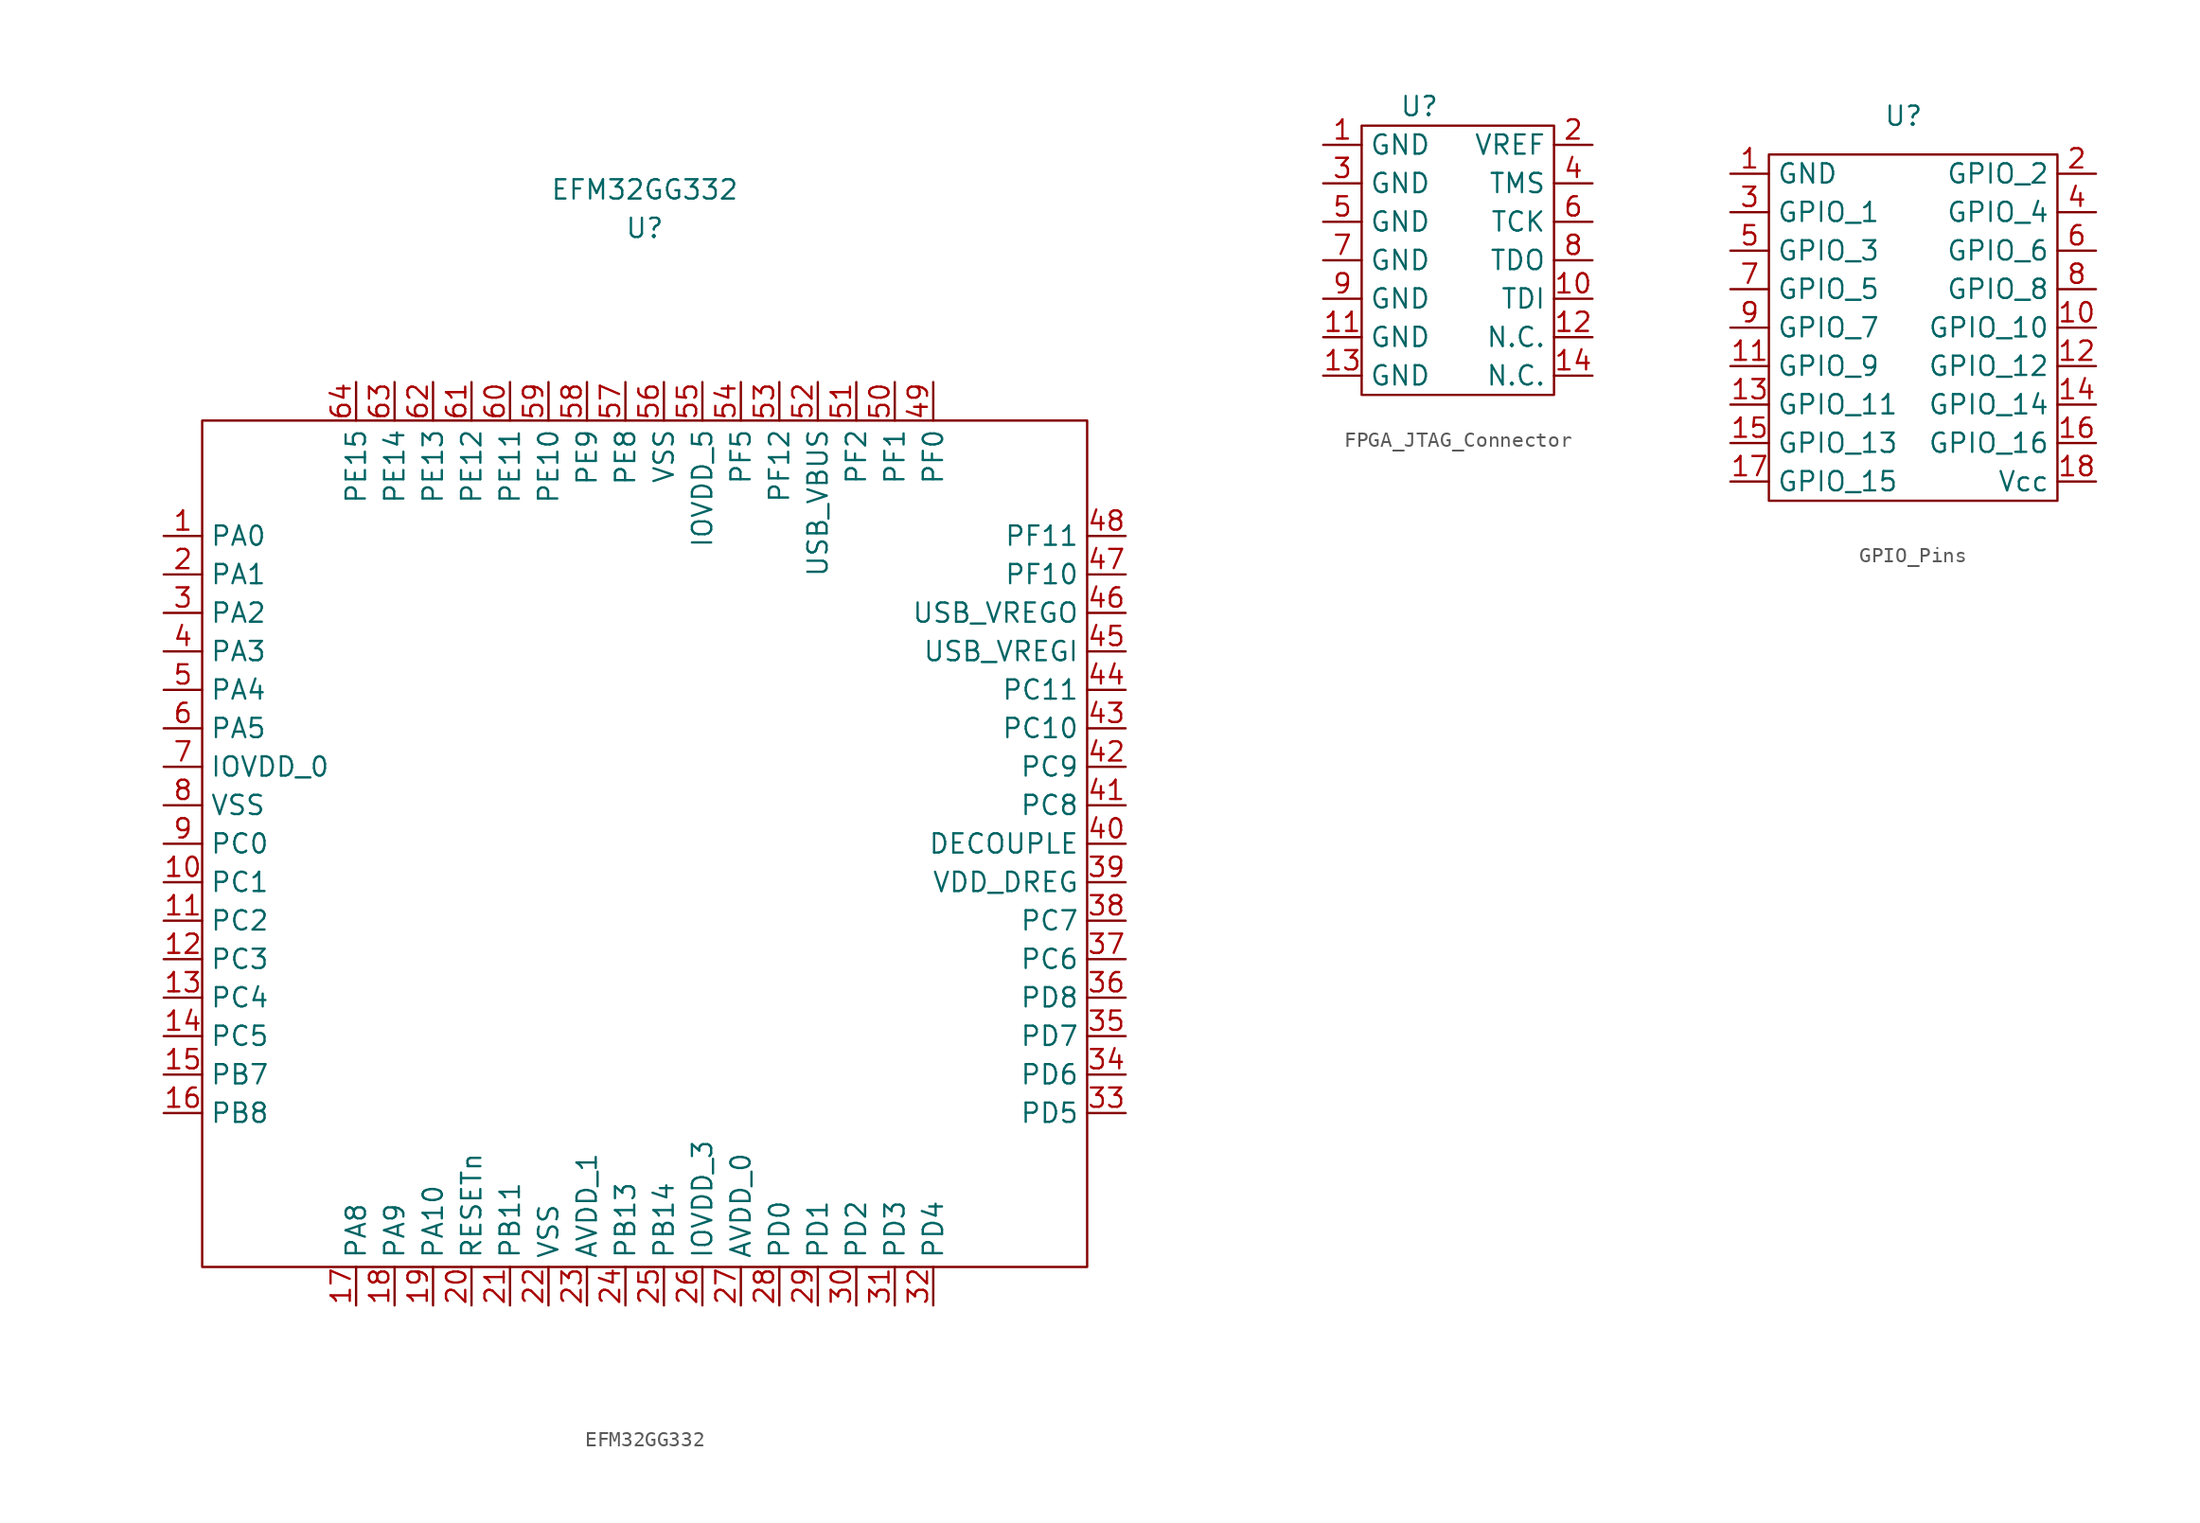
<source format=kicad_sym>
(kicad_symbol_lib
  (version 20220914)
  (generator kicad_symbol_editor)
  (symbol "EFM32GG332"
    (property "Reference" "U"
      (at 0 39.37 0)
      (effects (font (size 1.27 1.27))))
    (property "Value" "EFM32GG332"
      (at 0 41.91 0)
      (effects (font (size 1.27 1.27))))
    (symbol "EFM32GG332_0_1"
      (rectangle (start -29.21 26.67) (end 29.21 -29.21) (stroke (width 0) (type default)) (fill (type none))))
    (symbol "EFM32GG332_1_1"
      (pin bidirectional line (at -31.75 19.05 0) (length 2.54) (name "PA0" (effects (font (size 1.27 1.27)))) (number "1" (effects (font (size 1.27 1.27)))))
      (pin bidirectional line (at -31.75 -3.81 0) (length 2.54) (name "PC1" (effects (font (size 1.27 1.27)))) (number "10" (effects (font (size 1.27 1.27)))))
      (pin bidirectional line (at -31.75 -6.35 0) (length 2.54) (name "PC2" (effects (font (size 1.27 1.27)))) (number "11" (effects (font (size 1.27 1.27)))))
      (pin bidirectional line (at -31.75 -8.89 0) (length 2.54) (name "PC3" (effects (font (size 1.27 1.27)))) (number "12" (effects (font (size 1.27 1.27)))))
      (pin bidirectional line (at -31.75 -11.43 0) (length 2.54) (name "PC4" (effects (font (size 1.27 1.27)))) (number "13" (effects (font (size 1.27 1.27)))))
      (pin bidirectional line (at -31.75 -13.97 0) (length 2.54) (name "PC5" (effects (font (size 1.27 1.27)))) (number "14" (effects (font (size 1.27 1.27)))))
      (pin bidirectional line (at -31.75 -16.51 0) (length 2.54) (name "PB7" (effects (font (size 1.27 1.27)))) (number "15" (effects (font (size 1.27 1.27)))))
      (pin bidirectional line (at -31.75 -19.05 0) (length 2.54) (name "PB8" (effects (font (size 1.27 1.27)))) (number "16" (effects (font (size 1.27 1.27)))))
      (pin bidirectional line (at -19.05 -31.75 90) (length 2.54) (name "PA8" (effects (font (size 1.27 1.27)))) (number "17" (effects (font (size 1.27 1.27)))))
      (pin bidirectional line (at -16.51 -31.75 90) (length 2.54) (name "PA9" (effects (font (size 1.27 1.27)))) (number "18" (effects (font (size 1.27 1.27)))))
      (pin bidirectional line (at -13.97 -31.75 90) (length 2.54) (name "PA10" (effects (font (size 1.27 1.27)))) (number "19" (effects (font (size 1.27 1.27)))))
      (pin bidirectional line (at -31.75 16.51 0) (length 2.54) (name "PA1" (effects (font (size 1.27 1.27)))) (number "2" (effects (font (size 1.27 1.27)))))
      (pin input line (at -11.43 -31.75 90) (length 2.54) (name "RESETn" (effects (font (size 1.27 1.27)))) (number "20" (effects (font (size 1.27 1.27)))))
      (pin bidirectional line (at -8.89 -31.75 90) (length 2.54) (name "PB11" (effects (font (size 1.27 1.27)))) (number "21" (effects (font (size 1.27 1.27)))))
      (pin passive line (at -6.35 -31.75 90) (length 2.54) (name "VSS" (effects (font (size 1.27 1.27)))) (number "22" (effects (font (size 1.27 1.27)))))
      (pin power_in line (at -3.81 -31.75 90) (length 2.54) (name "AVDD_1" (effects (font (size 1.27 1.27)))) (number "23" (effects (font (size 1.27 1.27)))))
      (pin bidirectional line (at -1.27 -31.75 90) (length 2.54) (name "PB13" (effects (font (size 1.27 1.27)))) (number "24" (effects (font (size 1.27 1.27)))))
      (pin bidirectional line (at 1.27 -31.75 90) (length 2.54) (name "PB14" (effects (font (size 1.27 1.27)))) (number "25" (effects (font (size 1.27 1.27)))))
      (pin power_in line (at 3.81 -31.75 90) (length 2.54) (name "IOVDD_3" (effects (font (size 1.27 1.27)))) (number "26" (effects (font (size 1.27 1.27)))))
      (pin power_in line (at 6.35 -31.75 90) (length 2.54) (name "AVDD_0" (effects (font (size 1.27 1.27)))) (number "27" (effects (font (size 1.27 1.27)))))
      (pin bidirectional line (at 8.89 -31.75 90) (length 2.54) (name "PD0" (effects (font (size 1.27 1.27)))) (number "28" (effects (font (size 1.27 1.27)))))
      (pin bidirectional line (at 11.43 -31.75 90) (length 2.54) (name "PD1" (effects (font (size 1.27 1.27)))) (number "29" (effects (font (size 1.27 1.27)))))
      (pin bidirectional line (at -31.75 13.97 0) (length 2.54) (name "PA2" (effects (font (size 1.27 1.27)))) (number "3" (effects (font (size 1.27 1.27)))))
      (pin bidirectional line (at 13.97 -31.75 90) (length 2.54) (name "PD2" (effects (font (size 1.27 1.27)))) (number "30" (effects (font (size 1.27 1.27)))))
      (pin bidirectional line (at 16.51 -31.75 90) (length 2.54) (name "PD3" (effects (font (size 1.27 1.27)))) (number "31" (effects (font (size 1.27 1.27)))))
      (pin bidirectional line (at 19.05 -31.75 90) (length 2.54) (name "PD4" (effects (font (size 1.27 1.27)))) (number "32" (effects (font (size 1.27 1.27)))))
      (pin bidirectional line (at 31.75 -19.05 180) (length 2.54) (name "PD5" (effects (font (size 1.27 1.27)))) (number "33" (effects (font (size 1.27 1.27)))))
      (pin bidirectional line (at 31.75 -16.51 180) (length 2.54) (name "PD6" (effects (font (size 1.27 1.27)))) (number "34" (effects (font (size 1.27 1.27)))))
      (pin bidirectional line (at 31.75 -13.97 180) (length 2.54) (name "PD7" (effects (font (size 1.27 1.27)))) (number "35" (effects (font (size 1.27 1.27)))))
      (pin bidirectional line (at 31.75 -11.43 180) (length 2.54) (name "PD8" (effects (font (size 1.27 1.27)))) (number "36" (effects (font (size 1.27 1.27)))))
      (pin bidirectional line (at 31.75 -8.89 180) (length 2.54) (name "PC6" (effects (font (size 1.27 1.27)))) (number "37" (effects (font (size 1.27 1.27)))))
      (pin bidirectional line (at 31.75 -6.35 180) (length 2.54) (name "PC7" (effects (font (size 1.27 1.27)))) (number "38" (effects (font (size 1.27 1.27)))))
      (pin power_in line (at 31.75 -3.81 180) (length 2.54) (name "VDD_DREG" (effects (font (size 1.27 1.27)))) (number "39" (effects (font (size 1.27 1.27)))))
      (pin bidirectional line (at -31.75 11.43 0) (length 2.54) (name "PA3" (effects (font (size 1.27 1.27)))) (number "4" (effects (font (size 1.27 1.27)))))
      (pin power_in line (at 31.75 -1.27 180) (length 2.54) (name "DECOUPLE" (effects (font (size 1.27 1.27)))) (number "40" (effects (font (size 1.27 1.27)))))
      (pin bidirectional line (at 31.75 1.27 180) (length 2.54) (name "PC8" (effects (font (size 1.27 1.27)))) (number "41" (effects (font (size 1.27 1.27)))))
      (pin bidirectional line (at 31.75 3.81 180) (length 2.54) (name "PC9" (effects (font (size 1.27 1.27)))) (number "42" (effects (font (size 1.27 1.27)))))
      (pin bidirectional line (at 31.75 6.35 180) (length 2.54) (name "PC10" (effects (font (size 1.27 1.27)))) (number "43" (effects (font (size 1.27 1.27)))))
      (pin bidirectional line (at 31.75 8.89 180) (length 2.54) (name "PC11" (effects (font (size 1.27 1.27)))) (number "44" (effects (font (size 1.27 1.27)))))
      (pin input line (at 31.75 11.43 180) (length 2.54) (name "USB_VREGI" (effects (font (size 1.27 1.27)))) (number "45" (effects (font (size 1.27 1.27)))))
      (pin power_in line (at 31.75 13.97 180) (length 2.54) (name "USB_VREGO" (effects (font (size 1.27 1.27)))) (number "46" (effects (font (size 1.27 1.27)))))
      (pin bidirectional line (at 31.75 16.51 180) (length 2.54) (name "PF10" (effects (font (size 1.27 1.27)))) (number "47" (effects (font (size 1.27 1.27)))))
      (pin bidirectional line (at 31.75 19.05 180) (length 2.54) (name "PF11" (effects (font (size 1.27 1.27)))) (number "48" (effects (font (size 1.27 1.27)))))
      (pin bidirectional line (at 19.05 29.21 270) (length 2.54) (name "PF0" (effects (font (size 1.27 1.27)))) (number "49" (effects (font (size 1.27 1.27)))))
      (pin bidirectional line (at -31.75 8.89 0) (length 2.54) (name "PA4" (effects (font (size 1.27 1.27)))) (number "5" (effects (font (size 1.27 1.27)))))
      (pin bidirectional line (at 16.51 29.21 270) (length 2.54) (name "PF1" (effects (font (size 1.27 1.27)))) (number "50" (effects (font (size 1.27 1.27)))))
      (pin bidirectional line (at 13.97 29.21 270) (length 2.54) (name "PF2" (effects (font (size 1.27 1.27)))) (number "51" (effects (font (size 1.27 1.27)))))
      (pin input line (at 11.43 29.21 270) (length 2.54) (name "USB_VBUS" (effects (font (size 1.27 1.27)))) (number "52" (effects (font (size 1.27 1.27)))))
      (pin bidirectional line (at 8.89 29.21 270) (length 2.54) (name "PF12" (effects (font (size 1.27 1.27)))) (number "53" (effects (font (size 1.27 1.27)))))
      (pin bidirectional line (at 6.35 29.21 270) (length 2.54) (name "PF5" (effects (font (size 1.27 1.27)))) (number "54" (effects (font (size 1.27 1.27)))))
      (pin power_in line (at 3.81 29.21 270) (length 2.54) (name "IOVDD_5" (effects (font (size 1.27 1.27)))) (number "55" (effects (font (size 1.27 1.27)))))
      (pin passive line (at 1.27 29.21 270) (length 2.54) (name "VSS" (effects (font (size 1.27 1.27)))) (number "56" (effects (font (size 1.27 1.27)))))
      (pin bidirectional line (at -1.27 29.21 270) (length 2.54) (name "PE8" (effects (font (size 1.27 1.27)))) (number "57" (effects (font (size 1.27 1.27)))))
      (pin bidirectional line (at -3.81 29.21 270) (length 2.54) (name "PE9" (effects (font (size 1.27 1.27)))) (number "58" (effects (font (size 1.27 1.27)))))
      (pin bidirectional line (at -6.35 29.21 270) (length 2.54) (name "PE10" (effects (font (size 1.27 1.27)))) (number "59" (effects (font (size 1.27 1.27)))))
      (pin bidirectional line (at -31.75 6.35 0) (length 2.54) (name "PA5" (effects (font (size 1.27 1.27)))) (number "6" (effects (font (size 1.27 1.27)))))
      (pin bidirectional line (at -8.89 29.21 270) (length 2.54) (name "PE11" (effects (font (size 1.27 1.27)))) (number "60" (effects (font (size 1.27 1.27)))))
      (pin bidirectional line (at -11.43 29.21 270) (length 2.54) (name "PE12" (effects (font (size 1.27 1.27)))) (number "61" (effects (font (size 1.27 1.27)))))
      (pin bidirectional line (at -13.97 29.21 270) (length 2.54) (name "PE13" (effects (font (size 1.27 1.27)))) (number "62" (effects (font (size 1.27 1.27)))))
      (pin bidirectional line (at -16.51 29.21 270) (length 2.54) (name "PE14" (effects (font (size 1.27 1.27)))) (number "63" (effects (font (size 1.27 1.27)))))
      (pin bidirectional line (at -19.05 29.21 270) (length 2.54) (name "PE15" (effects (font (size 1.27 1.27)))) (number "64" (effects (font (size 1.27 1.27)))))
      (pin power_in line (at -31.75 3.81 0) (length 2.54) (name "IOVDD_0" (effects (font (size 1.27 1.27)))) (number "7" (effects (font (size 1.27 1.27)))))
      (pin passive line (at -31.75 1.27 0) (length 2.54) (name "VSS" (effects (font (size 1.27 1.27)))) (number "8" (effects (font (size 1.27 1.27)))))
      (pin bidirectional line (at -31.75 -1.27 0) (length 2.54) (name "PC0" (effects (font (size 1.27 1.27)))) (number "9" (effects (font (size 1.27 1.27)))))))
  (symbol "FPGA_JTAG_Connector"
    (property "Reference" "U"
      (at 0 6.35 0)
      (effects (font (size 1.27 1.27))))
    (property "Value" ""
      (at 0 0 0)
      (effects (font (size 1.27 1.27))))
    (symbol "FPGA_JTAG_Connector_0_1"
      (rectangle (start -3.81 5.08) (end 8.89 -12.7) (stroke (width 0) (type default)) (fill (type none))))
    (symbol "FPGA_JTAG_Connector_1_1"
      (pin power_in line (at -6.35 3.81 0) (length 2.54) (name "GND" (effects (font (size 1.27 1.27)))) (number "1" (effects (font (size 1.27 1.27)))))
      (pin output line (at 11.43 -6.35 180) (length 2.54) (name "TDI" (effects (font (size 1.27 1.27)))) (number "10" (effects (font (size 1.27 1.27)))))
      (pin power_in line (at -6.35 -8.89 0) (length 2.54) (name "GND" (effects (font (size 1.27 1.27)))) (number "11" (effects (font (size 1.27 1.27)))))
      (pin bidirectional line (at 11.43 -8.89 180) (length 2.54) (name "N.C." (effects (font (size 1.27 1.27)))) (number "12" (effects (font (size 1.27 1.27)))))
      (pin power_in line (at -6.35 -11.43 0) (length 2.54) (name "GND" (effects (font (size 1.27 1.27)))) (number "13" (effects (font (size 1.27 1.27)))))
      (pin bidirectional line (at 11.43 -11.43 180) (length 2.54) (name "N.C." (effects (font (size 1.27 1.27)))) (number "14" (effects (font (size 1.27 1.27)))))
      (pin power_in line (at 11.43 3.81 180) (length 2.54) (name "VREF" (effects (font (size 1.27 1.27)))) (number "2" (effects (font (size 1.27 1.27)))))
      (pin power_in line (at -6.35 1.27 0) (length 2.54) (name "GND" (effects (font (size 1.27 1.27)))) (number "3" (effects (font (size 1.27 1.27)))))
      (pin output line (at 11.43 1.27 180) (length 2.54) (name "TMS" (effects (font (size 1.27 1.27)))) (number "4" (effects (font (size 1.27 1.27)))))
      (pin power_in line (at -6.35 -1.27 0) (length 2.54) (name "GND" (effects (font (size 1.27 1.27)))) (number "5" (effects (font (size 1.27 1.27)))))
      (pin output line (at 11.43 -1.27 180) (length 2.54) (name "TCK" (effects (font (size 1.27 1.27)))) (number "6" (effects (font (size 1.27 1.27)))))
      (pin power_in line (at -6.35 -3.81 0) (length 2.54) (name "GND" (effects (font (size 1.27 1.27)))) (number "7" (effects (font (size 1.27 1.27)))))
      (pin input line (at 11.43 -3.81 180) (length 2.54) (name "TDO" (effects (font (size 1.27 1.27)))) (number "8" (effects (font (size 1.27 1.27)))))
      (pin power_in line (at -6.35 -6.35 0) (length 2.54) (name "GND" (effects (font (size 1.27 1.27)))) (number "9" (effects (font (size 1.27 1.27)))))))
  (symbol "GPIO_Pins"
    (property "Reference" "U"
      (at 0 7.62 0)
      (effects (font (size 1.27 1.27))))
    (property "Value" ""
      (at -2.54 0 0)
      (effects (font (size 1.27 1.27))))
    (symbol "GPIO_Pins_0_1"
      (rectangle (start -8.89 5.08) (end 10.16 -17.78) (stroke (width 0) (type default)) (fill (type none))))
    (symbol "GPIO_Pins_1_1"
      (pin power_in line (at -11.43 3.81 0) (length 2.54) (name "GND" (effects (font (size 1.27 1.27)))) (number "1" (effects (font (size 1.27 1.27)))))
      (pin bidirectional line (at 12.7 -6.35 180) (length 2.54) (name "GPIO_10" (effects (font (size 1.27 1.27)))) (number "10" (effects (font (size 1.27 1.27)))))
      (pin bidirectional line (at -11.43 -8.89 0) (length 2.54) (name "GPIO_9" (effects (font (size 1.27 1.27)))) (number "11" (effects (font (size 1.27 1.27)))))
      (pin bidirectional line (at 12.7 -8.89 180) (length 2.54) (name "GPIO_12" (effects (font (size 1.27 1.27)))) (number "12" (effects (font (size 1.27 1.27)))))
      (pin bidirectional line (at -11.43 -11.43 0) (length 2.54) (name "GPIO_11" (effects (font (size 1.27 1.27)))) (number "13" (effects (font (size 1.27 1.27)))))
      (pin bidirectional line (at 12.7 -11.43 180) (length 2.54) (name "GPIO_14" (effects (font (size 1.27 1.27)))) (number "14" (effects (font (size 1.27 1.27)))))
      (pin bidirectional line (at -11.43 -13.97 0) (length 2.54) (name "GPIO_13" (effects (font (size 1.27 1.27)))) (number "15" (effects (font (size 1.27 1.27)))))
      (pin bidirectional line (at 12.7 -13.97 180) (length 2.54) (name "GPIO_16" (effects (font (size 1.27 1.27)))) (number "16" (effects (font (size 1.27 1.27)))))
      (pin bidirectional line (at -11.43 -16.51 0) (length 2.54) (name "GPIO_15" (effects (font (size 1.27 1.27)))) (number "17" (effects (font (size 1.27 1.27)))))
      (pin power_in line (at 12.7 -16.51 180) (length 2.54) (name "Vcc" (effects (font (size 1.27 1.27)))) (number "18" (effects (font (size 1.27 1.27)))))
      (pin bidirectional line (at 12.7 3.81 180) (length 2.54) (name "GPIO_2" (effects (font (size 1.27 1.27)))) (number "2" (effects (font (size 1.27 1.27)))))
      (pin bidirectional line (at -11.43 1.27 0) (length 2.54) (name "GPIO_1" (effects (font (size 1.27 1.27)))) (number "3" (effects (font (size 1.27 1.27)))))
      (pin bidirectional line (at 12.7 1.27 180) (length 2.54) (name "GPIO_4" (effects (font (size 1.27 1.27)))) (number "4" (effects (font (size 1.27 1.27)))))
      (pin bidirectional line (at -11.43 -1.27 0) (length 2.54) (name "GPIO_3" (effects (font (size 1.27 1.27)))) (number "5" (effects (font (size 1.27 1.27)))))
      (pin bidirectional line (at 12.7 -1.27 180) (length 2.54) (name "GPIO_6" (effects (font (size 1.27 1.27)))) (number "6" (effects (font (size 1.27 1.27)))))
      (pin bidirectional line (at -11.43 -3.81 0) (length 2.54) (name "GPIO_5" (effects (font (size 1.27 1.27)))) (number "7" (effects (font (size 1.27 1.27)))))
      (pin bidirectional line (at 12.7 -3.81 180) (length 2.54) (name "GPIO_8" (effects (font (size 1.27 1.27)))) (number "8" (effects (font (size 1.27 1.27)))))
      (pin bidirectional line (at -11.43 -6.35 0) (length 2.54) (name "GPIO_7" (effects (font (size 1.27 1.27)))) (number "9" (effects (font (size 1.27 1.27))))))))
</source>
